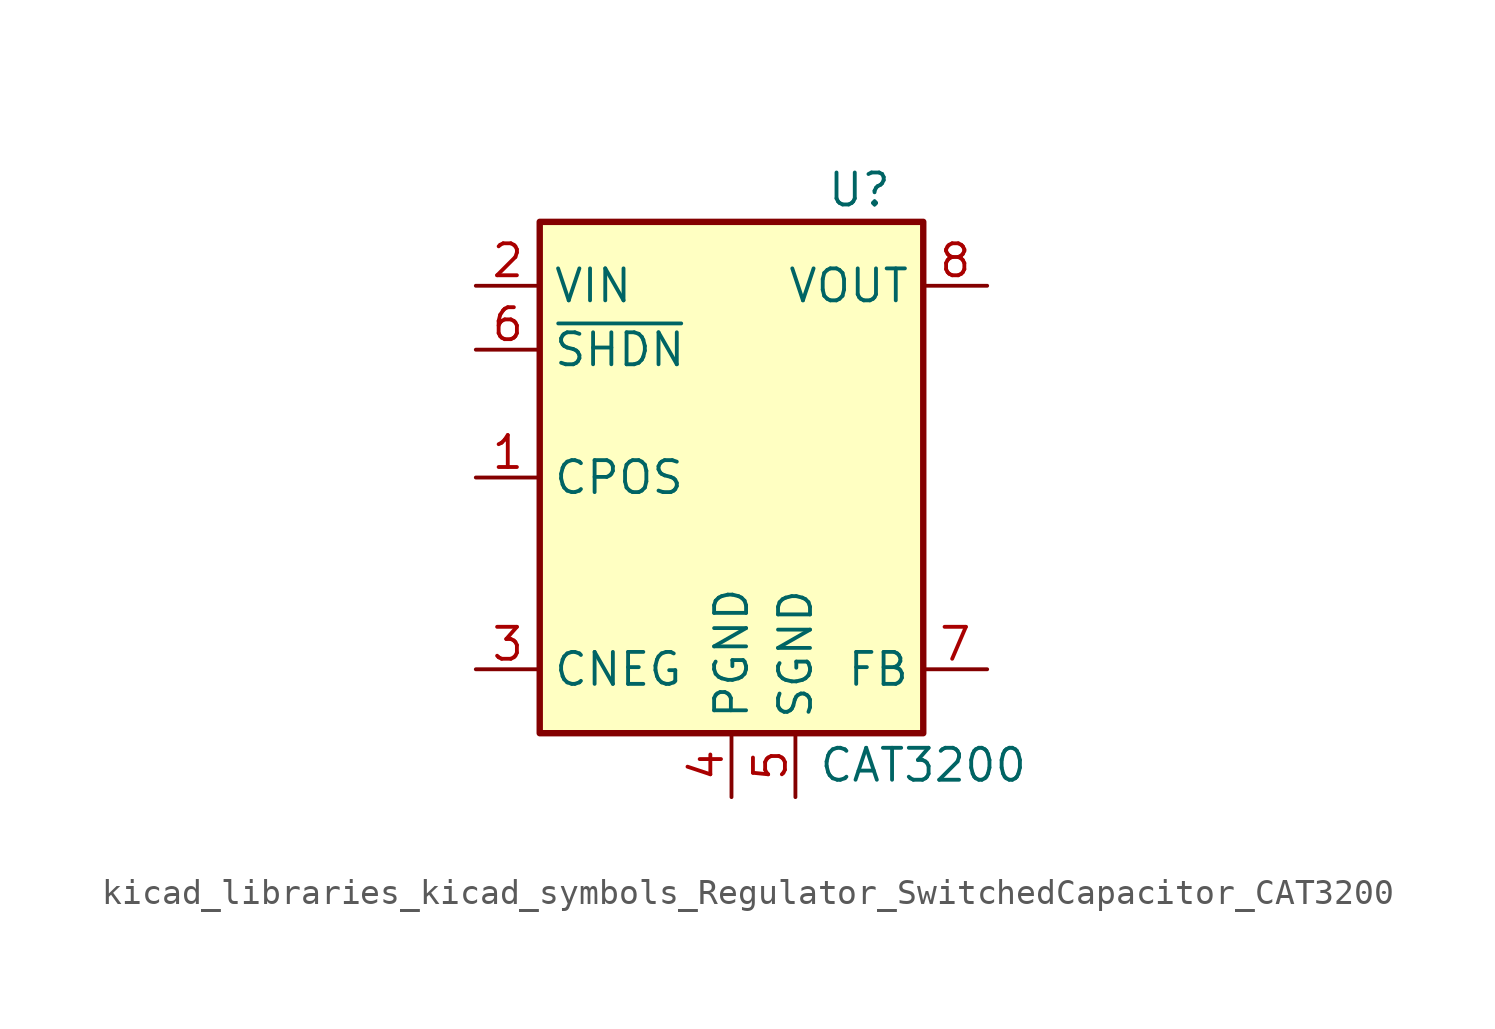
<source format=kicad_sym>
(kicad_symbol_lib
  (version 20220914)
  (generator kicad_symbol_editor)
  (symbol "kicad_libraries_kicad_symbols_Regulator_SwitchedCapacitor_CAT3200"
    (property "Reference" "U"
      (at 5.08 11.43 0)
      (effects (font (size 1.27 1.27))))
    (property "Value" "CAT3200"
      (at 7.62 -11.43 0)
      (effects (font (size 1.27 1.27))))
    (symbol "kicad_libraries_kicad_symbols_Regulator_SwitchedCapacitor_CAT3200_0_1"
      (rectangle (start -7.62 10.16) (end 7.62 -10.16) (stroke (width 0.254) (type default)) (fill (type background))))
    (symbol "kicad_libraries_kicad_symbols_Regulator_SwitchedCapacitor_CAT3200_1_1"
      (pin passive line (at -10.16 0 0) (length 2.54) (name "CPOS" (effects (font (size 1.27 1.27)))) (number "1" (effects (font (size 1.27 1.27)))))
      (pin power_in line (at -10.16 7.62 0) (length 2.54) (name "VIN" (effects (font (size 1.27 1.27)))) (number "2" (effects (font (size 1.27 1.27)))))
      (pin passive line (at -10.16 -7.62 0) (length 2.54) (name "CNEG" (effects (font (size 1.27 1.27)))) (number "3" (effects (font (size 1.27 1.27)))))
      (pin power_in line (at 0 -12.7 90) (length 2.54) (name "PGND" (effects (font (size 1.27 1.27)))) (number "4" (effects (font (size 1.27 1.27)))))
      (pin power_in line (at 2.54 -12.7 90) (length 2.54) (name "SGND" (effects (font (size 1.27 1.27)))) (number "5" (effects (font (size 1.27 1.27)))))
      (pin input line (at -10.16 5.08 0) (length 2.54) (name "~{SHDN}" (effects (font (size 1.27 1.27)))) (number "6" (effects (font (size 1.27 1.27)))))
      (pin input line (at 10.16 -7.62 180) (length 2.54) (name "FB" (effects (font (size 1.27 1.27)))) (number "7" (effects (font (size 1.27 1.27)))))
      (pin power_out line (at 10.16 7.62 180) (length 2.54) (name "VOUT" (effects (font (size 1.27 1.27)))) (number "8" (effects (font (size 1.27 1.27))))))))
</source>
